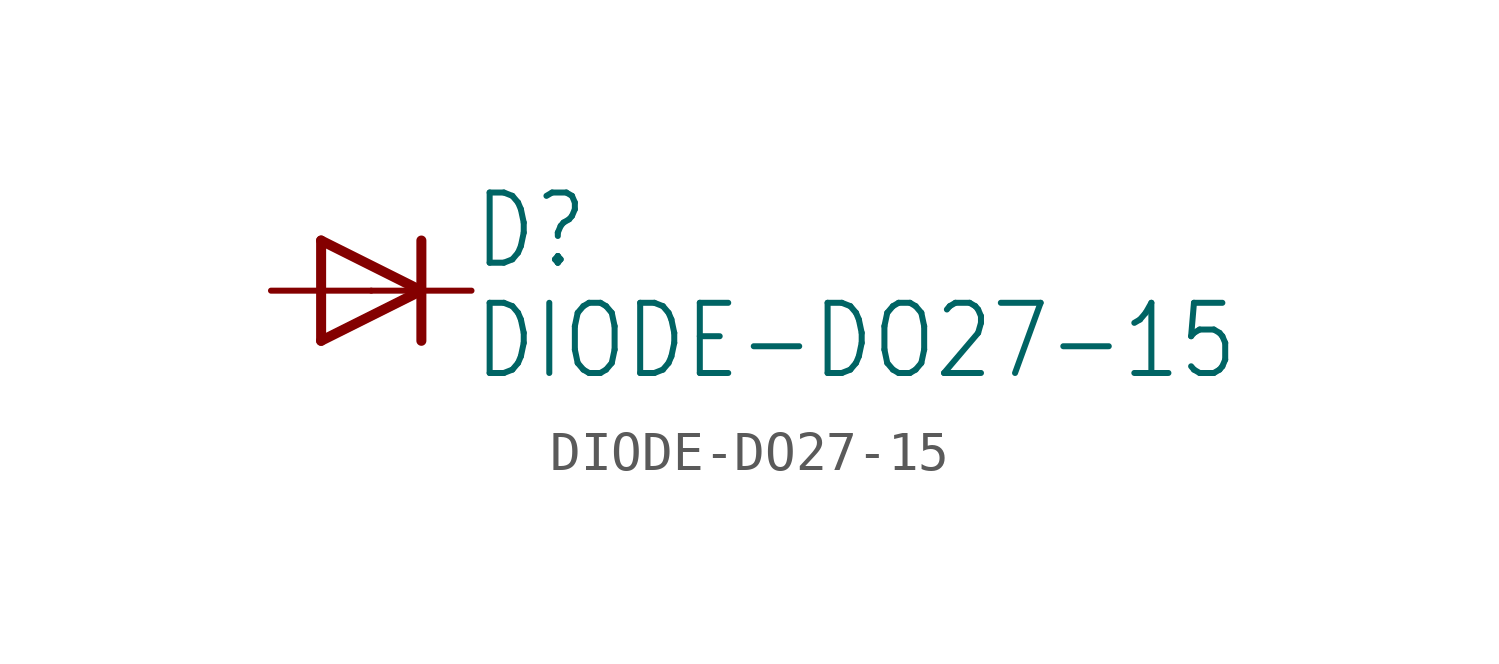
<source format=kicad_sym>
(kicad_symbol_lib
  (version 20211014)
  (generator kicad_symbol_editor)
  (symbol "DIODE-DO27-15"
    (property "Reference" "D"
      (at 2.54 0.483 0)
      (effects (font (size 1.778 1.511)) (justify left bottom)))
    (property "Value" "DIODE-DO27-15"
      (at 2.54 -2.311 0)
      (effects (font (size 1.778 1.511)) (justify left bottom)))
    (property "ki_locked" ""
      (at 0 0 0)
      (effects (font (size 1.27 1.27))))
    (symbol "DIODE-DO27-15_1_0"
      (polyline (pts (xy -1.27 -1.27) (xy 1.27 0)) (stroke (width 0.254) (type default) (color 0 0 0 0)) (fill (type none)))
      (polyline (pts (xy -1.27 1.27) (xy -1.27 -1.27)) (stroke (width 0.254) (type default) (color 0 0 0 0)) (fill (type none)))
      (polyline (pts (xy 1.27 0) (xy -1.27 1.27)) (stroke (width 0.254) (type default) (color 0 0 0 0)) (fill (type none)))
      (polyline (pts (xy 1.27 0) (xy 1.27 -1.27)) (stroke (width 0.254) (type default) (color 0 0 0 0)) (fill (type none)))
      (polyline (pts (xy 1.27 1.27) (xy 1.27 0)) (stroke (width 0.254) (type default) (color 0 0 0 0)) (fill (type none)))
      (pin passive line (at -2.54 0 0) (length 2.54) (name "A" (effects (font (size 0 0)))) (number "A" (effects (font (size 0 0)))))
      (pin passive line (at 2.54 0 180) (length 2.54) (name "C" (effects (font (size 0 0)))) (number "C" (effects (font (size 0 0))))))))
</source>
